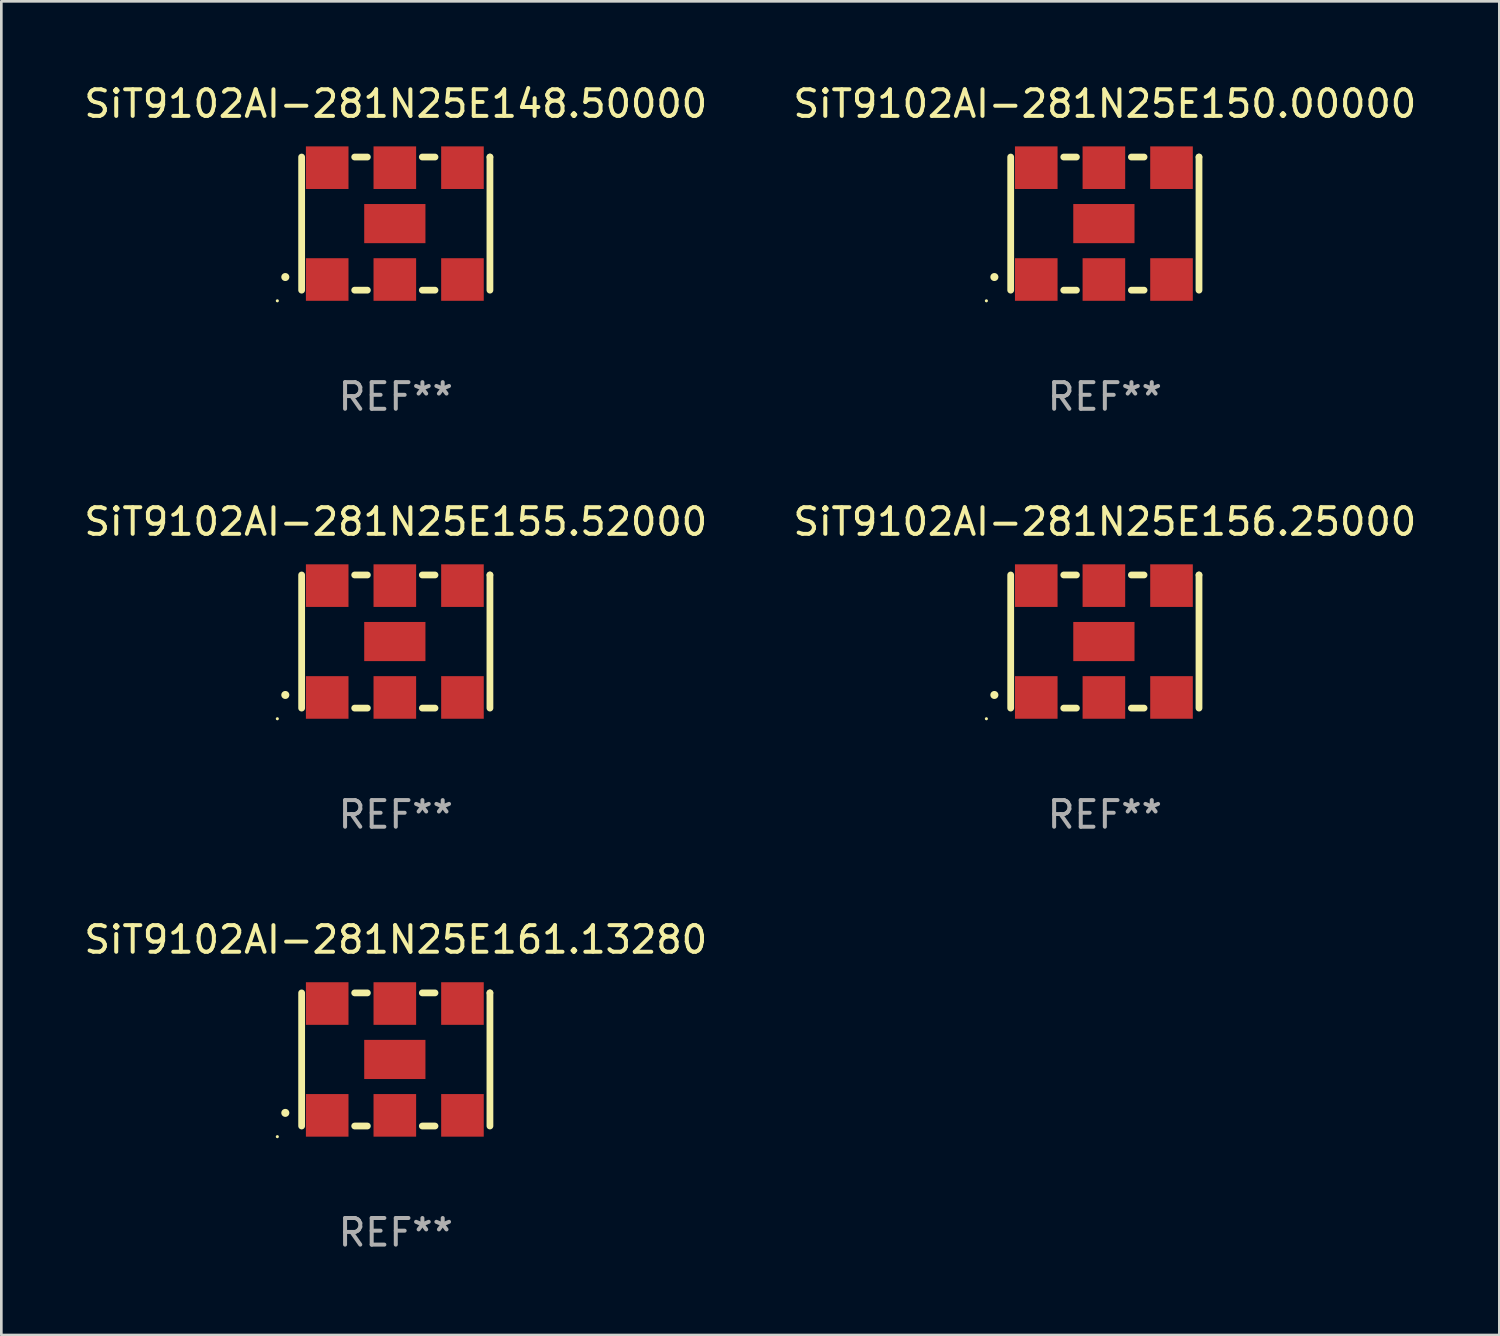
<source format=kicad_pcb>
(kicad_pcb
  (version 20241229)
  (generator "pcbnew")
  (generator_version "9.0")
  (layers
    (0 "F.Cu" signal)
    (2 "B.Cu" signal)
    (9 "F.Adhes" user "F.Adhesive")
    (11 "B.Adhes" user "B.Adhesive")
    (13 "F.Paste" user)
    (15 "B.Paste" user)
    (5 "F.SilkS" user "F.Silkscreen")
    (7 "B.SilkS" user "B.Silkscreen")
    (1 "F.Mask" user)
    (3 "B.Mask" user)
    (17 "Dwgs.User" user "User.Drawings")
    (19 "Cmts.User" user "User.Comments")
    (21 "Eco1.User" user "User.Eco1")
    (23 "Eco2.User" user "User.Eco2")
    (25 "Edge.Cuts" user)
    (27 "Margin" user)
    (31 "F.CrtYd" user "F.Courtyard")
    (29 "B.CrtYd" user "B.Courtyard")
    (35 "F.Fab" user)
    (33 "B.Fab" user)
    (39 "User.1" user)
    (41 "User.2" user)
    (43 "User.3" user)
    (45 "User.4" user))
  (footprint "SiT9102AI-281N25E156.25000"
    (layer "F.Cu")
    (at 38.446 21.045)
    (property "Reference" "SiT9102AI-281N25E156.25000" (at 0 -4.5 0) (layer "F.SilkS") (effects (font (size 1 1) (thickness 0.15))))
    (attr through_hole)
    (fp_line (start -3.536 -2.5) (end -3.536 2.5) (stroke (width 0.254) (type solid)) (layer "F.SilkS"))
    (fp_line (start -1.544 2.5) (end -1.067 2.5) (stroke (width 0.254) (type solid)) (layer "F.SilkS"))
    (fp_line (start -1.067 -2.5) (end -1.544 -2.5) (stroke (width 0.254) (type solid)) (layer "F.SilkS"))
    (fp_line (start 0.996 2.5) (end 1.473 2.5) (stroke (width 0.254) (type solid)) (layer "F.SilkS"))
    (fp_line (start 1.473 -2.5) (end 0.996 -2.5) (stroke (width 0.254) (type solid)) (layer "F.SilkS"))
    (fp_line (start 3.536 -2.5) (end 3.536 -2.5) (stroke (width 0.254) (type solid)) (layer "F.SilkS"))
    (fp_line (start 3.536 2.5) (end 3.536 -2.5) (stroke (width 0.254) (type solid)) (layer "F.SilkS"))
    (fp_arc (start -4.150432 2.006604) (mid -4.149162 2.006599) (end -4.147892 2.006604) (stroke (width 0.3) (type solid)) (layer "F.SilkS"))
    (fp_circle (center -4.449 2.9) (end -4.419 2.9) (stroke (width 0.06) (type solid)) (fill no) (layer "F.SilkS"))
    (fp_text user "REF**" (at 0 6.5 0) (layer "F.Fab") (effects (font (size 1 1) (thickness 0.15))))
    (pad "1" smd rect (at -2.576 2.1) (size 1.6 1.6) (layers "F.Cu" "F.Mask" "F.Paste"))
    (pad "2" smd rect (at -0.036 2.1) (size 1.6 1.6) (layers "F.Cu" "F.Mask" "F.Paste"))
    (pad "3" smd rect (at 2.504 2.1) (size 1.6 1.6) (layers "F.Cu" "F.Mask" "F.Paste"))
    (pad "4" smd rect (at 2.504 -2.1) (size 1.6 1.6) (layers "F.Cu" "F.Mask" "F.Paste"))
    (pad "5" smd rect (at -0.036 -2.1) (size 1.6 1.6) (layers "F.Cu" "F.Mask" "F.Paste"))
    (pad "6" smd rect (at -2.576 -2.1) (size 1.6 1.6) (layers "F.Cu" "F.Mask" "F.Paste"))
    (pad "7" smd rect (at -0.036 0) (size 2.3 1.47) (layers "F.Cu" "F.Mask" "F.Paste")))
  (footprint "SiT9102AI-281N25E148.50000"
    (layer "F.Cu")
    (at 11.815 5.348)
    (property "Reference" "SiT9102AI-281N25E148.50000" (at 0 -4.5 0) (layer "F.SilkS") (effects (font (size 1 1) (thickness 0.15))))
    (attr through_hole)
    (fp_line (start -3.536 -2.5) (end -3.536 2.5) (stroke (width 0.254) (type solid)) (layer "F.SilkS"))
    (fp_line (start -1.544 2.5) (end -1.067 2.5) (stroke (width 0.254) (type solid)) (layer "F.SilkS"))
    (fp_line (start -1.067 -2.5) (end -1.544 -2.5) (stroke (width 0.254) (type solid)) (layer "F.SilkS"))
    (fp_line (start 0.996 2.5) (end 1.473 2.5) (stroke (width 0.254) (type solid)) (layer "F.SilkS"))
    (fp_line (start 1.473 -2.5) (end 0.996 -2.5) (stroke (width 0.254) (type solid)) (layer "F.SilkS"))
    (fp_line (start 3.536 -2.5) (end 3.536 -2.5) (stroke (width 0.254) (type solid)) (layer "F.SilkS"))
    (fp_line (start 3.536 2.5) (end 3.536 -2.5) (stroke (width 0.254) (type solid)) (layer "F.SilkS"))
    (fp_arc (start -4.150432 2.006604) (mid -4.149162 2.006599) (end -4.147892 2.006604) (stroke (width 0.3) (type solid)) (layer "F.SilkS"))
    (fp_circle (center -4.449 2.9) (end -4.419 2.9) (stroke (width 0.06) (type solid)) (fill no) (layer "F.SilkS"))
    (fp_text user "REF**" (at 0 6.5 0) (layer "F.Fab") (effects (font (size 1 1) (thickness 0.15))))
    (pad "1" smd rect (at -2.576 2.1) (size 1.6 1.6) (layers "F.Cu" "F.Mask" "F.Paste"))
    (pad "2" smd rect (at -0.036 2.1) (size 1.6 1.6) (layers "F.Cu" "F.Mask" "F.Paste"))
    (pad "3" smd rect (at 2.504 2.1) (size 1.6 1.6) (layers "F.Cu" "F.Mask" "F.Paste"))
    (pad "4" smd rect (at 2.504 -2.1) (size 1.6 1.6) (layers "F.Cu" "F.Mask" "F.Paste"))
    (pad "5" smd rect (at -0.036 -2.1) (size 1.6 1.6) (layers "F.Cu" "F.Mask" "F.Paste"))
    (pad "6" smd rect (at -2.576 -2.1) (size 1.6 1.6) (layers "F.Cu" "F.Mask" "F.Paste"))
    (pad "7" smd rect (at -0.036 0) (size 2.3 1.47) (layers "F.Cu" "F.Mask" "F.Paste")))
  (footprint "SiT9102AI-281N25E155.52000"
    (layer "F.Cu")
    (at 11.815 21.045)
    (property "Reference" "SiT9102AI-281N25E155.52000" (at 0 -4.5 0) (layer "F.SilkS") (effects (font (size 1 1) (thickness 0.15))))
    (attr through_hole)
    (fp_line (start -3.536 -2.5) (end -3.536 2.5) (stroke (width 0.254) (type solid)) (layer "F.SilkS"))
    (fp_line (start -1.544 2.5) (end -1.067 2.5) (stroke (width 0.254) (type solid)) (layer "F.SilkS"))
    (fp_line (start -1.067 -2.5) (end -1.544 -2.5) (stroke (width 0.254) (type solid)) (layer "F.SilkS"))
    (fp_line (start 0.996 2.5) (end 1.473 2.5) (stroke (width 0.254) (type solid)) (layer "F.SilkS"))
    (fp_line (start 1.473 -2.5) (end 0.996 -2.5) (stroke (width 0.254) (type solid)) (layer "F.SilkS"))
    (fp_line (start 3.536 -2.5) (end 3.536 -2.5) (stroke (width 0.254) (type solid)) (layer "F.SilkS"))
    (fp_line (start 3.536 2.5) (end 3.536 -2.5) (stroke (width 0.254) (type solid)) (layer "F.SilkS"))
    (fp_arc (start -4.150432 2.006604) (mid -4.149162 2.006599) (end -4.147892 2.006604) (stroke (width 0.3) (type solid)) (layer "F.SilkS"))
    (fp_circle (center -4.449 2.9) (end -4.419 2.9) (stroke (width 0.06) (type solid)) (fill no) (layer "F.SilkS"))
    (fp_text user "REF**" (at 0 6.5 0) (layer "F.Fab") (effects (font (size 1 1) (thickness 0.15))))
    (pad "1" smd rect (at -2.576 2.1) (size 1.6 1.6) (layers "F.Cu" "F.Mask" "F.Paste"))
    (pad "2" smd rect (at -0.036 2.1) (size 1.6 1.6) (layers "F.Cu" "F.Mask" "F.Paste"))
    (pad "3" smd rect (at 2.504 2.1) (size 1.6 1.6) (layers "F.Cu" "F.Mask" "F.Paste"))
    (pad "4" smd rect (at 2.504 -2.1) (size 1.6 1.6) (layers "F.Cu" "F.Mask" "F.Paste"))
    (pad "5" smd rect (at -0.036 -2.1) (size 1.6 1.6) (layers "F.Cu" "F.Mask" "F.Paste"))
    (pad "6" smd rect (at -2.576 -2.1) (size 1.6 1.6) (layers "F.Cu" "F.Mask" "F.Paste"))
    (pad "7" smd rect (at -0.036 0) (size 2.3 1.47) (layers "F.Cu" "F.Mask" "F.Paste")))
  (footprint "SiT9102AI-281N25E150.00000"
    (layer "F.Cu")
    (at 38.446 5.348)
    (property "Reference" "SiT9102AI-281N25E150.00000" (at 0 -4.5 0) (layer "F.SilkS") (effects (font (size 1 1) (thickness 0.15))))
    (attr through_hole)
    (fp_line (start -3.536 -2.5) (end -3.536 2.5) (stroke (width 0.254) (type solid)) (layer "F.SilkS"))
    (fp_line (start -1.544 2.5) (end -1.067 2.5) (stroke (width 0.254) (type solid)) (layer "F.SilkS"))
    (fp_line (start -1.067 -2.5) (end -1.544 -2.5) (stroke (width 0.254) (type solid)) (layer "F.SilkS"))
    (fp_line (start 0.996 2.5) (end 1.473 2.5) (stroke (width 0.254) (type solid)) (layer "F.SilkS"))
    (fp_line (start 1.473 -2.5) (end 0.996 -2.5) (stroke (width 0.254) (type solid)) (layer "F.SilkS"))
    (fp_line (start 3.536 -2.5) (end 3.536 -2.5) (stroke (width 0.254) (type solid)) (layer "F.SilkS"))
    (fp_line (start 3.536 2.5) (end 3.536 -2.5) (stroke (width 0.254) (type solid)) (layer "F.SilkS"))
    (fp_arc (start -4.150432 2.006604) (mid -4.149162 2.006599) (end -4.147892 2.006604) (stroke (width 0.3) (type solid)) (layer "F.SilkS"))
    (fp_circle (center -4.449 2.9) (end -4.419 2.9) (stroke (width 0.06) (type solid)) (fill no) (layer "F.SilkS"))
    (fp_text user "REF**" (at 0 6.5 0) (layer "F.Fab") (effects (font (size 1 1) (thickness 0.15))))
    (pad "1" smd rect (at -2.576 2.1) (size 1.6 1.6) (layers "F.Cu" "F.Mask" "F.Paste"))
    (pad "2" smd rect (at -0.036 2.1) (size 1.6 1.6) (layers "F.Cu" "F.Mask" "F.Paste"))
    (pad "3" smd rect (at 2.504 2.1) (size 1.6 1.6) (layers "F.Cu" "F.Mask" "F.Paste"))
    (pad "4" smd rect (at 2.504 -2.1) (size 1.6 1.6) (layers "F.Cu" "F.Mask" "F.Paste"))
    (pad "5" smd rect (at -0.036 -2.1) (size 1.6 1.6) (layers "F.Cu" "F.Mask" "F.Paste"))
    (pad "6" smd rect (at -2.576 -2.1) (size 1.6 1.6) (layers "F.Cu" "F.Mask" "F.Paste"))
    (pad "7" smd rect (at -0.036 0) (size 2.3 1.47) (layers "F.Cu" "F.Mask" "F.Paste")))
  (footprint "SiT9102AI-281N25E161.13280"
    (layer "F.Cu")
    (at 11.815 36.741)
    (property "Reference" "SiT9102AI-281N25E161.13280" (at 0 -4.5 0) (layer "F.SilkS") (effects (font (size 1 1) (thickness 0.15))))
    (attr through_hole)
    (fp_line (start -3.536 -2.5) (end -3.536 2.5) (stroke (width 0.254) (type solid)) (layer "F.SilkS"))
    (fp_line (start -1.544 2.5) (end -1.067 2.5) (stroke (width 0.254) (type solid)) (layer "F.SilkS"))
    (fp_line (start -1.067 -2.5) (end -1.544 -2.5) (stroke (width 0.254) (type solid)) (layer "F.SilkS"))
    (fp_line (start 0.996 2.5) (end 1.473 2.5) (stroke (width 0.254) (type solid)) (layer "F.SilkS"))
    (fp_line (start 1.473 -2.5) (end 0.996 -2.5) (stroke (width 0.254) (type solid)) (layer "F.SilkS"))
    (fp_line (start 3.536 -2.5) (end 3.536 -2.5) (stroke (width 0.254) (type solid)) (layer "F.SilkS"))
    (fp_line (start 3.536 2.5) (end 3.536 -2.5) (stroke (width 0.254) (type solid)) (layer "F.SilkS"))
    (fp_arc (start -4.150432 2.006604) (mid -4.149162 2.006599) (end -4.147892 2.006604) (stroke (width 0.3) (type solid)) (layer "F.SilkS"))
    (fp_circle (center -4.449 2.9) (end -4.419 2.9) (stroke (width 0.06) (type solid)) (fill no) (layer "F.SilkS"))
    (fp_text user "REF**" (at 0 6.5 0) (layer "F.Fab") (effects (font (size 1 1) (thickness 0.15))))
    (pad "1" smd rect (at -2.576 2.1) (size 1.6 1.6) (layers "F.Cu" "F.Mask" "F.Paste"))
    (pad "2" smd rect (at -0.036 2.1) (size 1.6 1.6) (layers "F.Cu" "F.Mask" "F.Paste"))
    (pad "3" smd rect (at 2.504 2.1) (size 1.6 1.6) (layers "F.Cu" "F.Mask" "F.Paste"))
    (pad "4" smd rect (at 2.504 -2.1) (size 1.6 1.6) (layers "F.Cu" "F.Mask" "F.Paste"))
    (pad "5" smd rect (at -0.036 -2.1) (size 1.6 1.6) (layers "F.Cu" "F.Mask" "F.Paste"))
    (pad "6" smd rect (at -2.576 -2.1) (size 1.6 1.6) (layers "F.Cu" "F.Mask" "F.Paste"))
    (pad "7" smd rect (at -0.036 0) (size 2.3 1.47) (layers "F.Cu" "F.Mask" "F.Paste")))
  (gr_rect
    (start -3 -3)
    (end 53.262 47.09)
    (stroke (width 0.1) (type default))
    (fill no)
    (layer "Edge.Cuts")))
</source>
